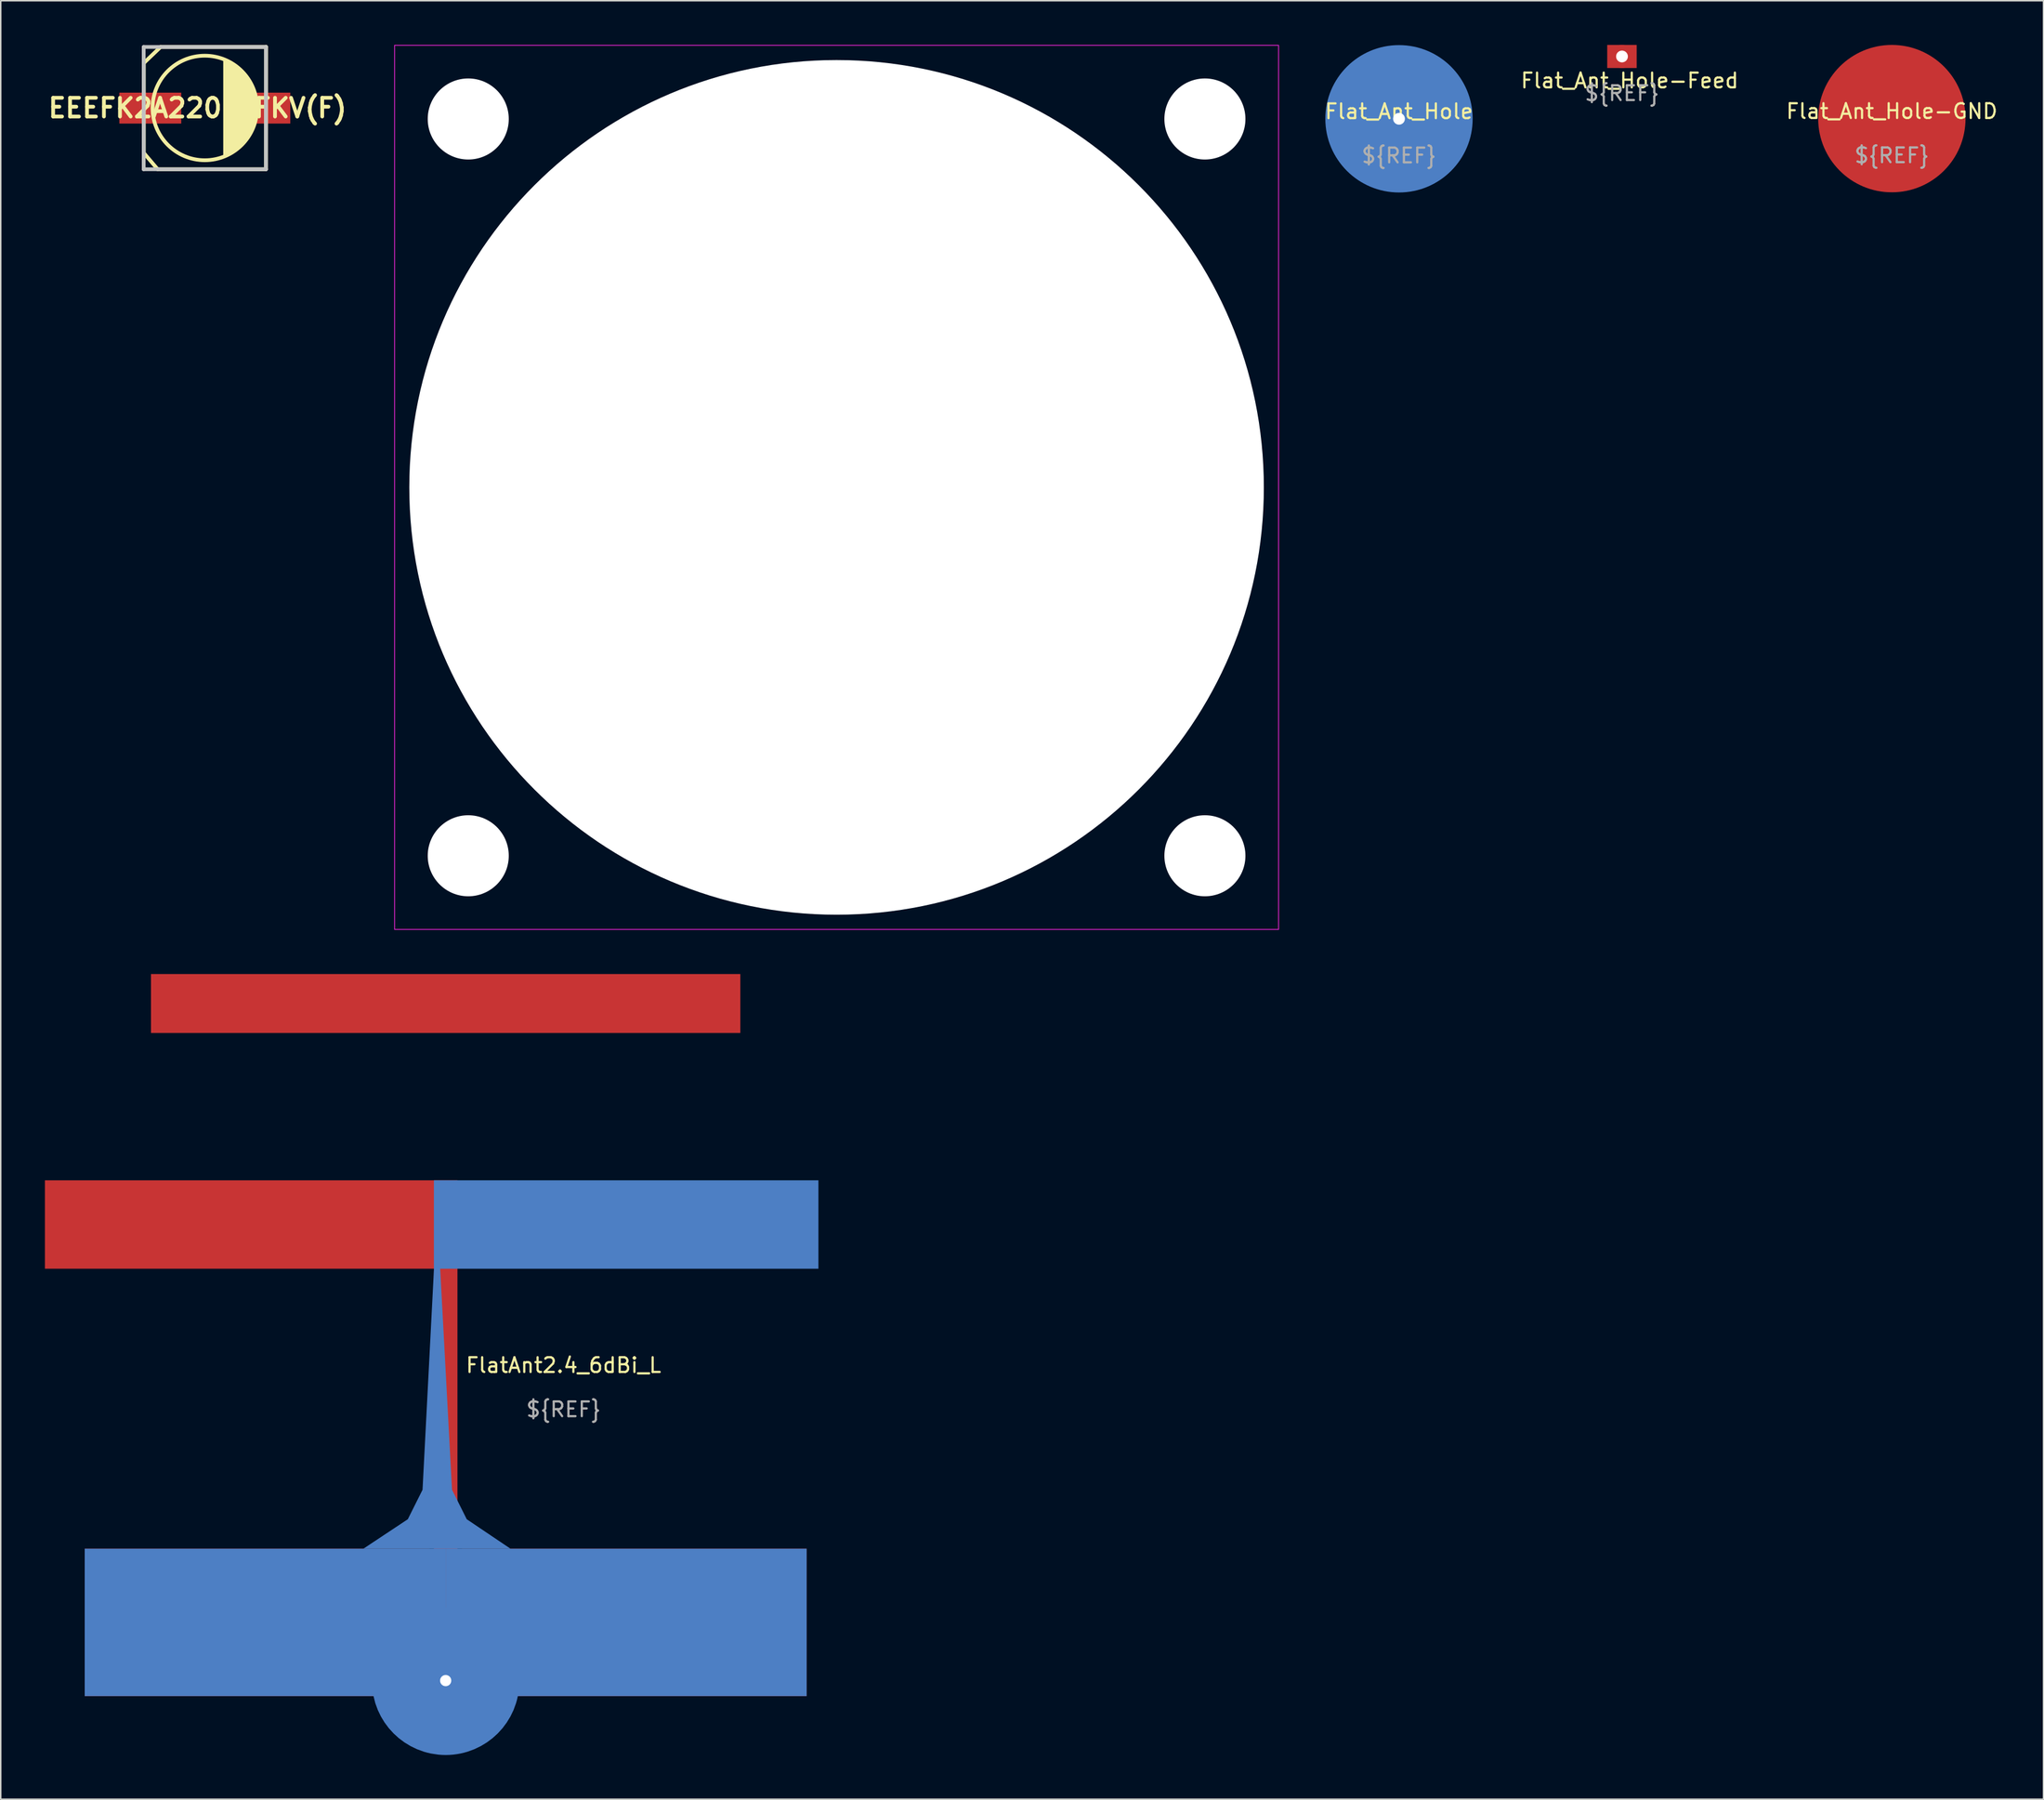
<source format=kicad_pcb>
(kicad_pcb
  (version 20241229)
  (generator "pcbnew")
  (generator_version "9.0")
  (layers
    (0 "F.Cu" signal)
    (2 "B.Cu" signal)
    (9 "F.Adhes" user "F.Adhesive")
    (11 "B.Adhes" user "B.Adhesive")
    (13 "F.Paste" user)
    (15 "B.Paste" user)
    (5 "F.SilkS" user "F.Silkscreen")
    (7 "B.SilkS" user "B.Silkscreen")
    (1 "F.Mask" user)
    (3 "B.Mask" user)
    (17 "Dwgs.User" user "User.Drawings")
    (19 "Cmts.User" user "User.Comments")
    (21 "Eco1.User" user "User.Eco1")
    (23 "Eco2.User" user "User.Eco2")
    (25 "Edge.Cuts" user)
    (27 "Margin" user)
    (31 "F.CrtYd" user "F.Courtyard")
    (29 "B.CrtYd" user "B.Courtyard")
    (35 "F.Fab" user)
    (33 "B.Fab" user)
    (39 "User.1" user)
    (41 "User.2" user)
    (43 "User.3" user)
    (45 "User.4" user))
  (footprint "FAN_LP_60mm"
    (layer "F.Cu")
    (at 53.732 30.025)
    (property "Reference" "FAN_LP_60mm" (at 0 -0.5 0) (unlocked yes) (layer "F.SilkS") (effects (font (size 1 1) (thickness 0.15))))
    (attr through_hole)
    (fp_rect (start -30 -30) (end 30 30) (stroke (width 0.05) (type solid)) (fill no) (layer "F.CrtYd"))
    (fp_text user "${REF}" (at 0 2.5 0) (unlocked yes) (layer "F.Fab") (effects (font (size 1 1) (thickness 0.15))))
    (pad "" np_thru_hole circle (at -25 -25) (size 5.5 5.5) (drill 5.5) (layers "*.Cu" "*.Mask"))
    (pad "" np_thru_hole circle (at -25 25) (size 5.5 5.5) (drill 5.5) (layers "*.Cu" "*.Mask"))
    (pad "" np_thru_hole circle (at 0 0) (size 58 58) (drill 58) (layers "*.Cu" "*.Mask"))
    (pad "" np_thru_hole circle (at 25 -25) (size 5.5 5.5) (drill 5.5) (layers "*.Cu" "*.Mask"))
    (pad "" np_thru_hole circle (at 25 25) (size 5.5 5.5) (drill 5.5) (layers "*.Cu" "*.Mask")))
  (footprint "EEEFK2A220P_FKV(F)"
    (layer "F.Cu")
    (at 10.852 4.287)
    (property "Reference" "EEEFK2A220P_FKV(F)" (at -0.498 -0.005 0) (layer "F.SilkS") (effects (font (size 1.27 1.27) (thickness 0.254))))
    (attr smd)
    (fp_line (start -4.14 -3.06) (end -3 -4.15) (stroke (width 0.254) (type solid)) (layer "F.SilkS"))
    (fp_line (start -4.14 2.99) (end -4.14 -3.06) (stroke (width 0.254) (type solid)) (layer "F.SilkS"))
    (fp_line (start -4.1 3.09) (end -3.2 4.15) (stroke (width 0.254) (type solid)) (layer "F.SilkS"))
    (fp_line (start -3 -4.15) (end 4.15 -4.15) (stroke (width 0.254) (type solid)) (layer "F.SilkS"))
    (fp_line (start 4.15 4.15) (end -3.2 4.15) (stroke (width 0.254) (type solid)) (layer "F.SilkS"))
    (fp_line (start 4.15 4.15) (end 4.16 -4.16) (stroke (width 0.254) (type solid)) (layer "F.SilkS"))
    (fp_circle (center 0 -0.01) (end 3.547 -0.01) (stroke (width 0.254) (type solid)) (fill no) (layer "F.SilkS"))
    (fp_poly (pts (xy 2.2 -2.81) (xy 2.6 -2.41) (xy 3.2 -1.61) (xy 3.5 -0.61) (xy 3.547 -0.01) (xy 3.5 0.59) (xy 3.3 1.29) (xy 2.8 2.19) (xy 2 2.89) (xy 1.3 3.29) (xy 1.3 -3.31)) (stroke (width 0.1) (type solid)) (fill yes) (layer "F.SilkS"))
    (fp_line (start -4.15 -4.15) (end 4.15 -4.15) (stroke (width 0.254) (type solid)) (layer "Dwgs.User"))
    (fp_line (start -4.15 4.15) (end -4.15 -4.15) (stroke (width 0.254) (type solid)) (layer "Dwgs.User"))
    (fp_line (start 4.15 -4.15) (end 4.15 4.15) (stroke (width 0.254) (type solid)) (layer "Dwgs.User"))
    (fp_line (start 4.15 4.15) (end -4.15 4.15) (stroke (width 0.254) (type solid)) (layer "Dwgs.User"))
    (pad "1" smd rect (at -3.7 0 90) (size 2.1 4.2) (layers "F.Cu" "F.Mask" "F.Paste"))
    (pad "2" smd rect (at 3.7 0 90) (size 2.1 4.2) (layers "F.Cu" "F.Mask" "F.Paste")))
  (footprint "Flat_Ant_Hole-Feed"
    (layer "F.Cu")
    (at 107.041 0.783)
    (property "Reference" "Flat_Ant_Hole-Feed" (at 0.52 1.64 0) (unlocked yes) (layer "F.SilkS") (effects (font (size 1 1) (thickness 0.15))))
    (attr through_hole)
    (fp_poly (pts (xy 0.998 -0.782) (xy 0.998 0.782) (xy -1.002 0.782) (xy -1.002 -0.782)) (stroke (width 0.0001) (type solid)) (fill yes) (layer "F.Mask"))
    (fp_text user "${REF}" (at 0 2.5 0) (unlocked yes) (layer "F.Fab") (effects (font (size 1 1) (thickness 0.15))))
    (pad "" np_thru_hole circle (at 0 0) (size 1.565 1.565) (drill 0.8) (layers "F.Cu" "F.Mask"))
    (pad "1" smd custom (at 0 0) (size 1.524 1.524) (layers "F.Cu") (options (anchor circle)) (primitives (gr_poly (pts (xy 0.998 -0.782) (xy 0.998 0.782) (xy -1.002 0.782) (xy -1.002 -0.782)) (width 0.0001) (fill yes)))))
  (footprint "FlatAnt2.4_6dBi_L"
    (layer "F.Cu")
    (at 27.2 90.6)
    (property "Reference" "FlatAnt2.4_6dBi_L" (at 8 -1 0) (unlocked yes) (layer "F.SilkS") (effects (font (size 1 1) (thickness 0.15))))
    (attr exclude_from_pos_files exclude_from_bom)
    (fp_poly (pts (xy 20 -23.55) (xy -20 -23.55) (xy -20 -27.55) (xy 20 -27.55)) (stroke (width 0.0001) (type solid)) (fill yes) (layer "F.Cu"))
    (fp_poly (pts (xy -1.1 18.45) (xy -2.25 21.45) (xy -24.5 21.45) (xy -24.5 11.45) (xy -1.1 11.45)) (stroke (width 0.0001) (type solid)) (fill yes) (layer "F.Cu"))
    (fp_poly (pts (xy 24.5 21.45) (xy 2.25 21.45) (xy 1.1 18.45) (xy 1.1 11.45) (xy 24.5 11.45)) (stroke (width 0.0001) (type solid)) (fill yes) (layer "F.Cu"))
    (fp_poly (pts (xy 0.8 18.45) (xy 2 21.45) (xy -2 21.45) (xy -0.8 18.45) (xy -0.8 -7.55) (xy -27.2 -7.55) (xy -27.2 -13.55) (xy 0.8 -13.55)) (stroke (width 0.0001) (type solid)) (fill yes) (layer "F.Cu"))
    (fp_poly (pts (xy 2 21.45) (xy -2 21.45) (xy -0.8 18.45) (xy 0.8 18.45)) (stroke (width 0.0001) (type solid)) (fill yes) (layer "F.Mask"))
    (fp_circle (center 0 20.45) (end 2.5 20.45) (stroke (width 5) (type solid)) (fill no) (layer "B.Cu"))
    (fp_poly (pts (xy 0 21.45) (xy -24.5 21.45) (xy -24.5 11.45) (xy 0 11.45)) (stroke (width 0.0001) (type solid)) (fill yes) (layer "B.Cu"))
    (fp_poly (pts (xy 24.5 21.45) (xy 0 21.45) (xy 0 11.45) (xy 24.5 11.45)) (stroke (width 0.0001) (type solid)) (fill yes) (layer "B.Cu"))
    (fp_poly (pts (xy 25.3 -7.55) (xy 25.3 -13.55) (xy -0.8 -13.55) (xy -0.8 -7.55)) (stroke (width 0.0001) (type solid)) (fill yes) (layer "B.Cu"))
    (fp_poly (pts (xy 0.43 7.45) (xy 1.43 9.45) (xy 4.4 11.45) (xy -5.587 11.45) (xy -2.57 9.45) (xy -1.57 7.45) (xy -0.587 -11.55)) (stroke (width 0.0001) (type solid)) (fill yes) (layer "B.Cu"))
    (fp_arc (start 1.25 16.625162) (mid 3.787635 20.306417) (end 1.260294 23.994746) (stroke (width 2.5) (type solid)) (layer "B.Mask"))
    (fp_poly (pts (xy 1.47 25.23) (xy 0 25.45) (xy 0 20.955) (xy 2.5 20.95)) (stroke (width 0.0001) (type solid)) (fill yes) (layer "B.Mask"))
    (fp_poly (pts (xy 2.57 20.96) (xy 0.54 20.96) (xy 0.54 19.85) (xy 2.57 19.85)) (stroke (width 0.0001) (type solid)) (fill yes) (layer "B.Mask"))
    (fp_poly (pts (xy 2.75 19.85) (xy 0 19.85) (xy 0 15.37) (xy 1.29 15.37)) (stroke (width 0.0001) (type solid)) (fill yes) (layer "B.Mask"))
    (fp_poly (pts (xy 0.325 15.051) (xy 0.52 15.09) (xy 0.68 15.12) (xy 0.88 15.17) (xy 1.21 15.28) (xy 1.59 15.42) (xy 0 15.38) (xy 0 15.03) (xy 0.13 15.03)) (stroke (width 0.0001) (type solid)) (fill yes) (layer "B.Mask"))
    (fp_poly (pts (xy 1.26 25.29) (xy 1.09 25.33) (xy 0.89 25.37) (xy 0.64 25.41) (xy 0.45 25.43) (xy 0.3 25.44) (xy 0.09 25.45) (xy 0 25.45) (xy 1.47 25.23)) (stroke (width 0.0001) (type solid)) (fill yes) (layer "B.Mask"))
    (fp_poly (pts (xy 0.61 20.97) (xy 0.02 20.97) (xy 0.11 20.95) (xy 0.22 20.91) (xy 0.32 20.86) (xy 0.41 20.79) (xy 0.47 20.72) (xy 0.537 20.584) (xy 0.549 20.361) (xy 0.511 20.219) (xy 0.46 20.13) (xy 0.41 20.06) (xy 0.35 19.99) (xy 0.28 19.93) (xy 0.21 19.89) (xy 0.11 19.85) (xy 0.61 19.85)) (stroke (width 0.0001) (type solid)) (fill yes) (layer "B.Mask"))
    (fp_text user "${REF}" (at 8 2 0) (unlocked yes) (layer "F.Fab") (effects (font (size 1 1) (thickness 0.15))))
    (pad "1" thru_hole circle (at 0 20.4) (size 1.524 1.524) (drill 0.762) (layers "F.Cu" "F.Mask"))
    (pad "2" smd circle (at 1.8 20.4) (size 2 2) (layers "B.Cu")))
  (footprint "Flat_Ant_Hole-GND"
    (layer "F.Cu")
    (at 125.358 5)
    (property "Reference" "Flat_Ant_Hole-GND" (at 0 -0.5 0) (unlocked yes) (layer "F.SilkS") (effects (font (size 1 1) (thickness 0.15))))
    (attr through_hole)
    (fp_text user "${REF}" (at 0 2.5 0) (unlocked yes) (layer "F.Fab") (effects (font (size 1 1) (thickness 0.15))))
    (pad "1" smd circle (at 0 0) (size 10 10) (layers "F.Cu" "F.Mask")))
  (footprint "Flat_Ant_Hole"
    (layer "F.Cu")
    (at 91.906 5.012)
    (property "Reference" "Flat_Ant_Hole" (at 0 -0.5 0) (unlocked yes) (layer "F.SilkS") (effects (font (size 1 1) (thickness 0.15))))
    (attr through_hole)
    (fp_poly (pts (xy 0.998 -0.782) (xy 0.998 0.782) (xy -1.002 0.782) (xy -1.002 -0.782)) (stroke (width 0.0001) (type solid)) (fill yes) (layer "F.Mask"))
    (fp_arc (start 1.095 -3.734) (mid 3.902205 -0.009972) (end 1.123 3.734999) (stroke (width 2.2) (type solid)) (layer "B.Mask"))
    (fp_poly (pts (xy 2.982 -0.486) (xy 0.003 -0.559) (xy 0.003 -4.996) (xy 1.284 -4.81)) (stroke (width 0.0001) (type solid)) (fill yes) (layer "B.Mask"))
    (fp_poly (pts (xy 1.468 4.784) (xy -0.002 5.004) (xy -0.005 0.56) (xy 0.616 0.555) (xy 0.597 -0.567) (xy 3.24 -0.486)) (stroke (width 0.0001) (type solid)) (fill yes) (layer "B.Mask"))
    (fp_poly (pts (xy 0.328 -4.991) (xy 0.526 -4.971) (xy 0.68 -4.948) (xy 0.908 -4.913) (xy 1.271 -4.826) (xy 1.783 -4.657) (xy 0.003 -4.662) (xy 0.003 -5.012) (xy 0.142 -5.004)) (stroke (width 0.0001) (type solid)) (fill yes) (layer "B.Mask"))
    (fp_poly (pts (xy 1.262 4.839) (xy 1.092 4.879) (xy 0.892 4.919) (xy 0.642 4.959) (xy 0.452 4.979) (xy 0.302 4.989) (xy 0.092 4.999) (xy 0.002 4.999) (xy 1.472 4.779)) (stroke (width 0.0001) (type solid)) (fill yes) (layer "B.Mask"))
    (fp_poly (pts (xy 0.613 0.561) (xy 0.023 0.561) (xy 0.113 0.541) (xy 0.223 0.501) (xy 0.323 0.451) (xy 0.413 0.381) (xy 0.473 0.311) (xy 0.541 0.174) (xy 0.552 -0.049) (xy 0.515 -0.19) (xy 0.463 -0.279) (xy 0.413 -0.349) (xy 0.353 -0.419) (xy 0.283 -0.479) (xy 0.213 -0.519) (xy 0.113 -0.559) (xy 0.613 -0.559)) (stroke (width 0.0001) (type solid)) (fill yes) (layer "B.Mask"))
    (fp_text user "${REF}" (at 0 2.5 0) (unlocked yes) (layer "F.Fab") (effects (font (size 1 1) (thickness 0.15))))
    (pad "" np_thru_hole circle (at 0 0) (size 1.565 1.565) (drill 0.8) (layers "F.Cu" "F.Mask"))
    (pad "1" smd custom (at 0 0) (size 1.524 1.524) (layers "F.Cu") (options (anchor circle)) (primitives (gr_poly (pts (xy 0.998 -0.782) (xy 0.998 0.782) (xy -1.002 0.782) (xy -1.002 -0.782)) (width 0.0001) (fill yes))))
    (pad "2" smd circle (at 0 0) (size 10 10) (layers "B.Cu")))
  (gr_rect
    (start -3 -3)
    (end 135.65 119.05)
    (stroke (width 0.1) (type default))
    (fill no)
    (layer "Edge.Cuts")))
</source>
